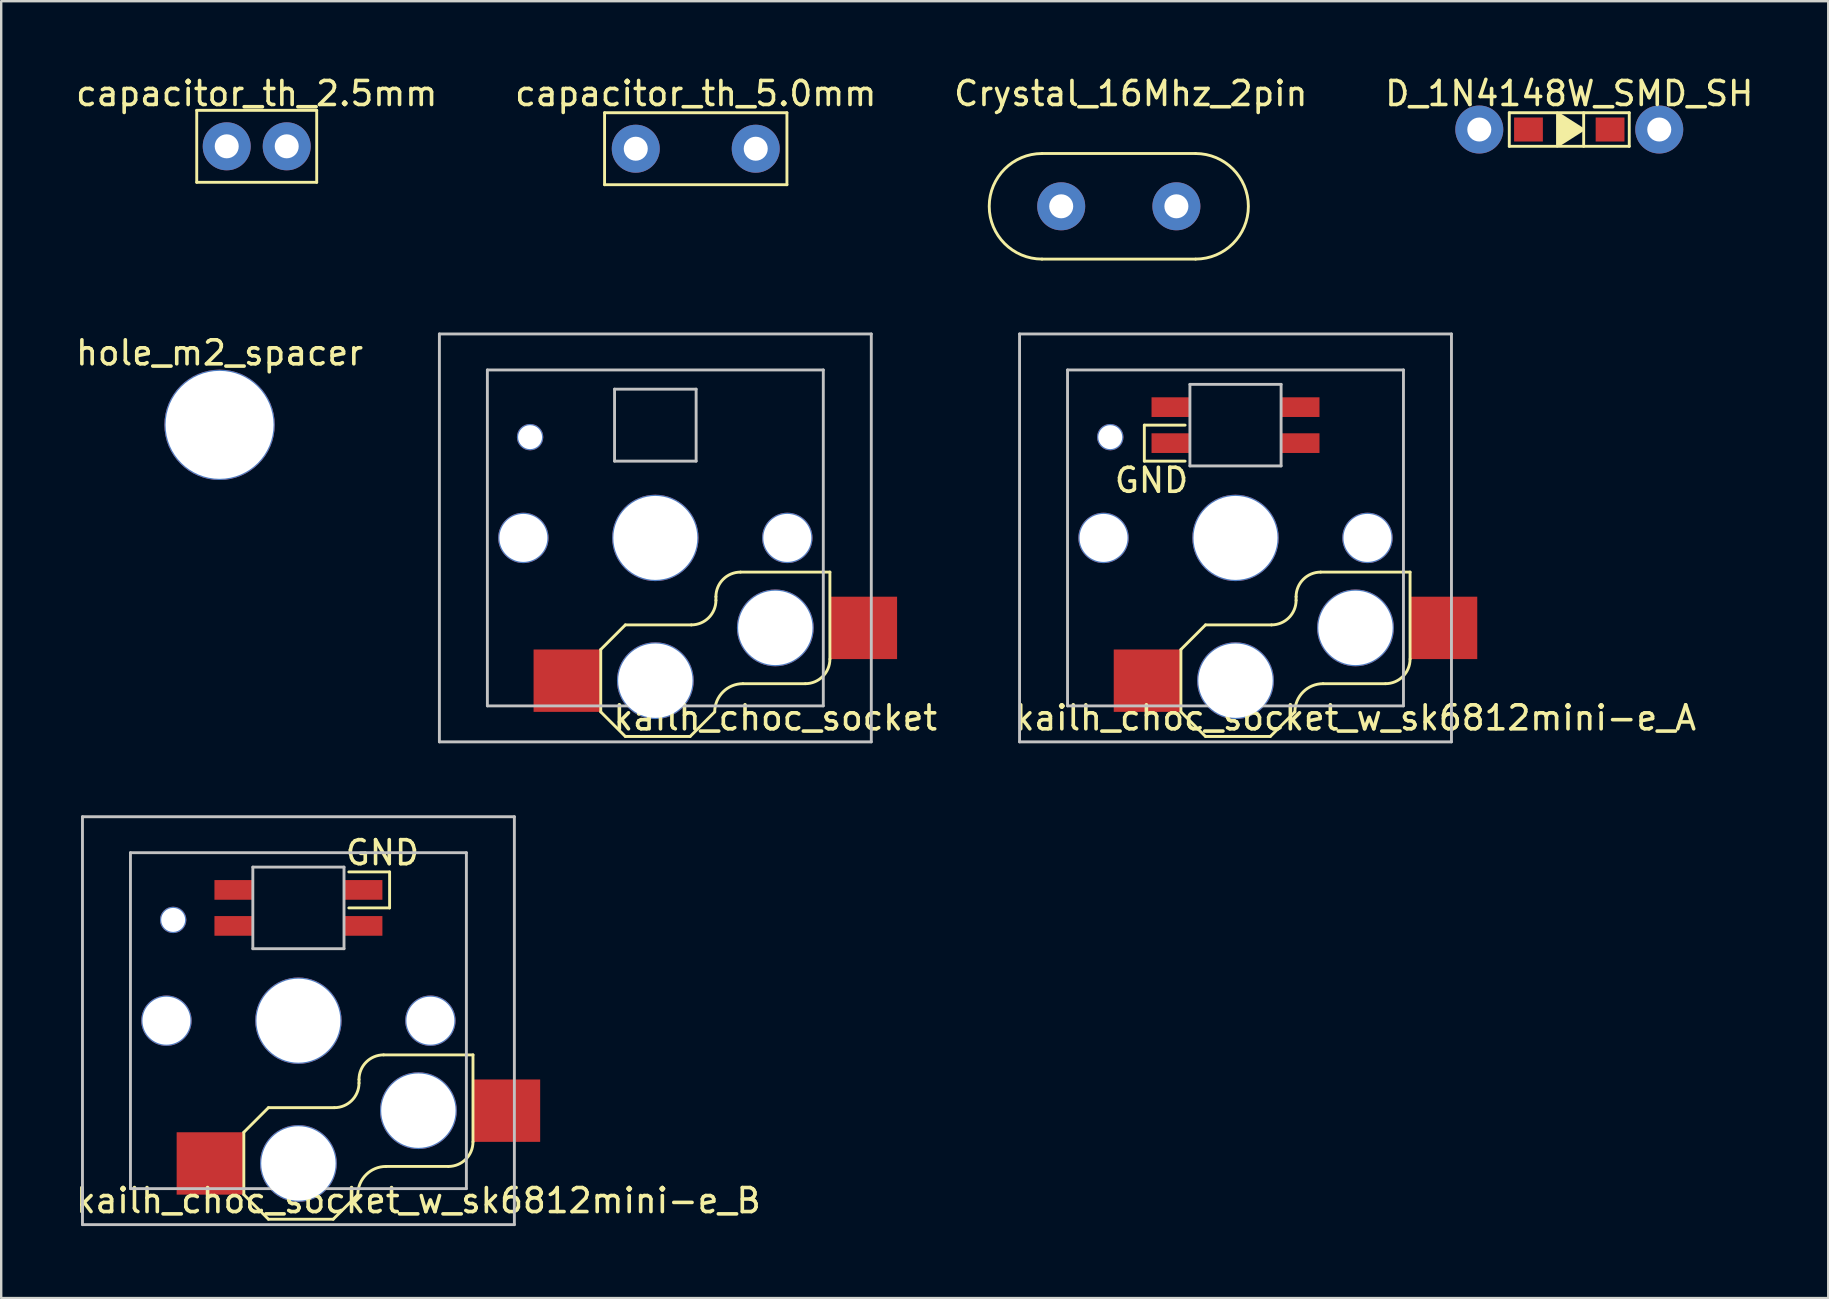
<source format=kicad_pcb>
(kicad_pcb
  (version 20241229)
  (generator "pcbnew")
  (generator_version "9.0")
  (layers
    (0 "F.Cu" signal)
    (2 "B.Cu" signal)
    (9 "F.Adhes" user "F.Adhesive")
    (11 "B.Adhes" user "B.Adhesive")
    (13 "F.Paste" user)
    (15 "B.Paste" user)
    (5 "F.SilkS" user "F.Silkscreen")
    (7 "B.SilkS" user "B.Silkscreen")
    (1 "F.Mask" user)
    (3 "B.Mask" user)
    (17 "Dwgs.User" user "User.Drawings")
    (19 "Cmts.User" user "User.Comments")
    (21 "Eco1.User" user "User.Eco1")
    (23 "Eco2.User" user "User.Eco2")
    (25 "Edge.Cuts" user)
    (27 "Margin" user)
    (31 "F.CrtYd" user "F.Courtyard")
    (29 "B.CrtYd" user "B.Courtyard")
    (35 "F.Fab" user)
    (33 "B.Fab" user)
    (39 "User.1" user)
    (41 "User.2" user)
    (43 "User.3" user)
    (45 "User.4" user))
  (footprint "kailh_choc_socket_w_sk6812mini-e_A"
    (layer "F.Cu")
    (at 48.441 19.368)
    (property "Reference" "kailh_choc_socket_w_sk6812mini-e_A" (at 5 7.5 0) (layer "F.SilkS") (effects (font (size 1 1) (thickness 0.15))))
    (attr through_hole)
    (fp_line (start -3.8 -4.7) (end -3.8 -3.2) (stroke (width 0.12) (type solid)) (layer "F.SilkS"))
    (fp_line (start -3.8 -3.2) (end -2.1 -3.2) (stroke (width 0.12) (type solid)) (layer "F.SilkS"))
    (fp_line (start -2.275 4.65) (end -2.275 7.25) (stroke (width 0.12) (type solid)) (layer "F.SilkS"))
    (fp_line (start -2.1 -4.7) (end -3.8 -4.7) (stroke (width 0.12) (type solid)) (layer "F.SilkS"))
    (fp_line (start -1.25 3.625) (end -2.275 4.65) (stroke (width 0.12) (type solid)) (layer "F.SilkS"))
    (fp_line (start -1.25 3.625) (end 1.5 3.625) (stroke (width 0.12) (type solid)) (layer "F.SilkS"))
    (fp_line (start -1.25 8.275) (end -2.275 7.25) (stroke (width 0.12) (type solid)) (layer "F.SilkS"))
    (fp_line (start -1.25 8.275) (end 1.45 8.275) (stroke (width 0.12) (type solid)) (layer "F.SilkS"))
    (fp_line (start 1.45 8.275) (end 2.475 7.25) (stroke (width 0.12) (type solid)) (layer "F.SilkS"))
    (fp_line (start 2.525 2.45) (end 2.525 2.6) (stroke (width 0.12) (type solid)) (layer "F.SilkS"))
    (fp_line (start 6.25 6.075) (end 3.65 6.075) (stroke (width 0.12) (type solid)) (layer "F.SilkS"))
    (fp_line (start 7.275 1.425) (end 3.55 1.425) (stroke (width 0.12) (type solid)) (layer "F.SilkS"))
    (fp_line (start 7.275 1.425) (end 7.275 5.05) (stroke (width 0.12) (type solid)) (layer "F.SilkS"))
    (fp_arc (start 2.475 7.25) (mid 2.81915 6.41915) (end 3.65 6.075) (stroke (width 0.12) (type solid)) (layer "F.SilkS"))
    (fp_arc (start 2.525 2.45) (mid 2.825216 1.725216) (end 3.55 1.425) (stroke (width 0.12) (type solid)) (layer "F.SilkS"))
    (fp_arc (start 2.525 2.6) (mid 2.224784 3.324784) (end 1.5 3.625) (stroke (width 0.12) (type solid)) (layer "F.SilkS"))
    (fp_arc (start 7.275 5.05) (mid 6.974784 5.774784) (end 6.25 6.075) (stroke (width 0.12) (type solid)) (layer "F.SilkS"))
    (fp_line (start -9 -8.5) (end -9 8.5) (stroke (width 0.12) (type solid)) (layer "Dwgs.User"))
    (fp_line (start -9 8.5) (end 9 8.5) (stroke (width 0.12) (type solid)) (layer "Dwgs.User"))
    (fp_line (start -7 -7) (end 7 -7) (stroke (width 0.12) (type solid)) (layer "Dwgs.User"))
    (fp_line (start -7 7) (end -7 -7) (stroke (width 0.12) (type solid)) (layer "Dwgs.User"))
    (fp_line (start -1.9 -6.4) (end -1.9 -3) (stroke (width 0.12) (type solid)) (layer "Dwgs.User"))
    (fp_line (start -1.9 -3) (end 1.9 -3) (stroke (width 0.12) (type solid)) (layer "Dwgs.User"))
    (fp_line (start 1.9 -6.4) (end -1.9 -6.4) (stroke (width 0.12) (type solid)) (layer "Dwgs.User"))
    (fp_line (start 1.9 -6.4) (end 1.9 -3) (stroke (width 0.12) (type solid)) (layer "Dwgs.User"))
    (fp_line (start 7 -7) (end 7 7) (stroke (width 0.12) (type solid)) (layer "Dwgs.User"))
    (fp_line (start 7 7) (end -7 7) (stroke (width 0.12) (type solid)) (layer "Dwgs.User"))
    (fp_line (start 9 -8.5) (end -9 -8.5) (stroke (width 0.12) (type solid)) (layer "Dwgs.User"))
    (fp_line (start 9 8.5) (end 9 -8.5) (stroke (width 0.12) (type solid)) (layer "Dwgs.User"))
    (fp_text user "GND" (at -3.5 -2.4 0) (layer "F.SilkS") (effects (font (size 1 1) (thickness 0.15))))
    (pad "" np_thru_hole circle (at -5.5 0) (size 2.1 2.1) (drill 2) (layers "*.Cu" "*.Mask"))
    (pad "" np_thru_hole circle (at -5.22 -4.2) (size 1.1 1.1) (drill 1) (layers "*.Cu" "*.Mask"))
    (pad "" np_thru_hole circle (at 0 0) (size 3.6 3.6) (drill 3.5) (layers "*.Cu" "*.Mask"))
    (pad "" np_thru_hole circle (at 0 5.95) (size 3.2 3.2) (drill 3.1) (layers "*.Cu" "*.Mask"))
    (pad "" np_thru_hole circle (at 5 3.75) (size 3.2 3.2) (drill 3.1) (layers "*.Cu" "*.Mask"))
    (pad "" np_thru_hole circle (at 5.5 0) (size 2.1 2.1) (drill 2) (layers "*.Cu" "*.Mask"))
    (pad "1" smd rect (at 2.7 -5.45 180) (size 1.6 0.82) (layers "F.Cu" "F.Mask" "F.Paste"))
    (pad "2" smd rect (at 2.7 -3.95 180) (size 1.6 0.82) (layers "F.Cu" "F.Mask" "F.Paste"))
    (pad "3" smd rect (at -2.7 -3.95 180) (size 1.6 0.82) (layers "F.Cu" "F.Mask" "F.Paste"))
    (pad "4" smd rect (at -2.7 -5.45 180) (size 1.6 0.82) (layers "F.Cu" "F.Mask" "F.Paste"))
    (pad "5" smd rect (at -3.675 5.95) (size 2.8 2.6) (layers "F.Cu" "F.Mask" "F.Paste"))
    (pad "6" smd rect (at 8.675 3.75) (size 2.8 2.6) (layers "F.Cu" "F.Mask" "F.Paste")))
  (footprint "kailh_choc_socket_w_sk6812mini-e_B"
    (layer "F.Cu")
    (at 9.387 39.488)
    (property "Reference" "kailh_choc_socket_w_sk6812mini-e_B" (at 5 7.5 0) (layer "F.SilkS") (effects (font (size 1 1) (thickness 0.15))))
    (attr through_hole)
    (fp_line (start -2.275 4.65) (end -2.275 7.25) (stroke (width 0.12) (type solid)) (layer "F.SilkS"))
    (fp_line (start -1.25 3.625) (end -2.275 4.65) (stroke (width 0.12) (type solid)) (layer "F.SilkS"))
    (fp_line (start -1.25 3.625) (end 1.5 3.625) (stroke (width 0.12) (type solid)) (layer "F.SilkS"))
    (fp_line (start -1.25 8.275) (end -2.275 7.25) (stroke (width 0.12) (type solid)) (layer "F.SilkS"))
    (fp_line (start -1.25 8.275) (end 1.45 8.275) (stroke (width 0.12) (type solid)) (layer "F.SilkS"))
    (fp_line (start 1.45 8.275) (end 2.475 7.25) (stroke (width 0.12) (type solid)) (layer "F.SilkS"))
    (fp_line (start 2.1 -4.7) (end 3.8 -4.7) (stroke (width 0.12) (type solid)) (layer "F.SilkS"))
    (fp_line (start 2.525 2.45) (end 2.525 2.6) (stroke (width 0.12) (type solid)) (layer "F.SilkS"))
    (fp_line (start 3.8 -6.2) (end 2.1 -6.2) (stroke (width 0.12) (type solid)) (layer "F.SilkS"))
    (fp_line (start 3.8 -4.7) (end 3.8 -6.2) (stroke (width 0.12) (type solid)) (layer "F.SilkS"))
    (fp_line (start 6.25 6.075) (end 3.65 6.075) (stroke (width 0.12) (type solid)) (layer "F.SilkS"))
    (fp_line (start 7.275 1.425) (end 3.55 1.425) (stroke (width 0.12) (type solid)) (layer "F.SilkS"))
    (fp_line (start 7.275 1.425) (end 7.275 5.05) (stroke (width 0.12) (type solid)) (layer "F.SilkS"))
    (fp_arc (start 2.475 7.25) (mid 2.81915 6.41915) (end 3.65 6.075) (stroke (width 0.12) (type solid)) (layer "F.SilkS"))
    (fp_arc (start 2.525 2.45) (mid 2.825216 1.725216) (end 3.55 1.425) (stroke (width 0.12) (type solid)) (layer "F.SilkS"))
    (fp_arc (start 2.525 2.6) (mid 2.224784 3.324784) (end 1.5 3.625) (stroke (width 0.12) (type solid)) (layer "F.SilkS"))
    (fp_arc (start 7.275 5.05) (mid 6.974784 5.774784) (end 6.25 6.075) (stroke (width 0.12) (type solid)) (layer "F.SilkS"))
    (fp_line (start -9 -8.5) (end -9 8.5) (stroke (width 0.12) (type solid)) (layer "Dwgs.User"))
    (fp_line (start -9 8.5) (end 9 8.5) (stroke (width 0.12) (type solid)) (layer "Dwgs.User"))
    (fp_line (start -7 -7) (end 7 -7) (stroke (width 0.12) (type solid)) (layer "Dwgs.User"))
    (fp_line (start -7 7) (end -7 -7) (stroke (width 0.12) (type solid)) (layer "Dwgs.User"))
    (fp_line (start -1.9 -6.4) (end -1.9 -3) (stroke (width 0.12) (type solid)) (layer "Dwgs.User"))
    (fp_line (start -1.9 -3) (end 1.9 -3) (stroke (width 0.12) (type solid)) (layer "Dwgs.User"))
    (fp_line (start 1.9 -6.4) (end -1.9 -6.4) (stroke (width 0.12) (type solid)) (layer "Dwgs.User"))
    (fp_line (start 1.9 -6.4) (end 1.9 -3) (stroke (width 0.12) (type solid)) (layer "Dwgs.User"))
    (fp_line (start 7 -7) (end 7 7) (stroke (width 0.12) (type solid)) (layer "Dwgs.User"))
    (fp_line (start 7 7) (end -7 7) (stroke (width 0.12) (type solid)) (layer "Dwgs.User"))
    (fp_line (start 9 -8.5) (end -9 -8.5) (stroke (width 0.12) (type solid)) (layer "Dwgs.User"))
    (fp_line (start 9 8.5) (end 9 -8.5) (stroke (width 0.12) (type solid)) (layer "Dwgs.User"))
    (fp_text user "GND" (at 3.5 -7 0) (layer "F.SilkS") (effects (font (size 1 1) (thickness 0.15))))
    (pad "" np_thru_hole circle (at -5.5 0) (size 2.1 2.1) (drill 2) (layers "*.Cu" "*.Mask"))
    (pad "" np_thru_hole circle (at -5.22 -4.2) (size 1.1 1.1) (drill 1) (layers "*.Cu" "*.Mask"))
    (pad "" np_thru_hole circle (at 0 0) (size 3.6 3.6) (drill 3.5) (layers "*.Cu" "*.Mask"))
    (pad "" np_thru_hole circle (at 0 5.95) (size 3.2 3.2) (drill 3.1) (layers "*.Cu" "*.Mask"))
    (pad "" np_thru_hole circle (at 5 3.75) (size 3.2 3.2) (drill 3.1) (layers "*.Cu" "*.Mask"))
    (pad "" np_thru_hole circle (at 5.5 0) (size 2.1 2.1) (drill 2) (layers "*.Cu" "*.Mask"))
    (pad "1" smd rect (at -2.7 -3.95 180) (size 1.6 0.82) (layers "F.Cu" "F.Mask" "F.Paste"))
    (pad "2" smd rect (at -2.7 -5.45 180) (size 1.6 0.82) (layers "F.Cu" "F.Mask" "F.Paste"))
    (pad "3" smd rect (at 2.7 -5.45 180) (size 1.6 0.82) (layers "F.Cu" "F.Mask" "F.Paste"))
    (pad "4" smd rect (at 2.7 -3.95 180) (size 1.6 0.82) (layers "F.Cu" "F.Mask" "F.Paste"))
    (pad "5" smd rect (at -3.675 5.95) (size 2.8 2.6) (layers "F.Cu" "F.Mask" "F.Paste"))
    (pad "6" smd rect (at 8.675 3.75) (size 2.8 2.6) (layers "F.Cu" "F.Mask" "F.Paste")))
  (footprint "capacitor_th_2.5mm"
    (layer "F.Cu")
    (at 7.649 3.048)
    (property "Reference" "capacitor_th_2.5mm" (at 0 -2.2 0) (layer "F.SilkS") (effects (font (size 1 1) (thickness 0.15))))
    (attr through_hole)
    (fp_line (start -2.5 -1.5) (end -2.5 1.5) (stroke (width 0.12) (type solid)) (layer "F.SilkS"))
    (fp_line (start -2.5 1.5) (end 2.5 1.5) (stroke (width 0.12) (type solid)) (layer "F.SilkS"))
    (fp_line (start 2.5 -1.5) (end -2.5 -1.5) (stroke (width 0.12) (type solid)) (layer "F.SilkS"))
    (fp_line (start 2.5 1.5) (end 2.5 -1.5) (stroke (width 0.12) (type solid)) (layer "F.SilkS"))
    (pad "1" thru_hole circle (at 1.25 0) (size 2 2) (drill 1) (layers "*.Cu" "*.Mask"))
    (pad "2" thru_hole circle (at -1.25 0) (size 2 2) (drill 1) (layers "*.Cu" "*.Mask")))
  (footprint "D_1N4148W_SMD_SH"
    (layer "F.Cu")
    (at 62.351 2.348)
    (property "Reference" "D_1N4148W_SMD_SH" (at 0 -1.5 0) (layer "F.SilkS") (effects (font (size 1 1) (thickness 0.15))))
    (attr through_hole)
    (fp_line (start -2.5 -0.7) (end 2.5 -0.7) (stroke (width 0.12) (type solid)) (layer "F.SilkS"))
    (fp_line (start -2.5 0.7) (end -2.5 -0.7) (stroke (width 0.12) (type solid)) (layer "F.SilkS"))
    (fp_line (start 0.6 -0.7) (end 0.6 0.7) (stroke (width 0.12) (type solid)) (layer "F.SilkS"))
    (fp_line (start 2.5 -0.7) (end 2.5 0.7) (stroke (width 0.12) (type solid)) (layer "F.SilkS"))
    (fp_line (start 2.5 0.7) (end -2.5 0.7) (stroke (width 0.12) (type solid)) (layer "F.SilkS"))
    (fp_poly (pts (xy 0.6 0) (xy -0.5 0.7) (xy -0.5 -0.7)) (stroke (width 0.1) (type solid)) (fill yes) (layer "F.SilkS"))
    (pad "1" smd rect (at 1.7 0) (size 1.2 1) (layers "F.Cu" "F.Mask" "F.Paste"))
    (pad "1" thru_hole circle (at 3.75 0) (size 2 2) (drill 1) (layers "*.Cu" "*.Mask"))
    (pad "2" thru_hole circle (at -3.75 0) (size 2 2) (drill 1) (layers "*.Cu" "*.Mask"))
    (pad "2" smd rect (at -1.7 0) (size 1.2 1) (layers "F.Cu" "F.Mask" "F.Paste")))
  (footprint "kailh_choc_socket"
    (layer "F.Cu")
    (at 24.262 19.368)
    (property "Reference" "kailh_choc_socket" (at 5 7.5 0) (layer "F.SilkS") (effects (font (size 1 1) (thickness 0.15))))
    (attr through_hole)
    (fp_line (start -2.275 4.65) (end -2.275 7.25) (stroke (width 0.12) (type solid)) (layer "F.SilkS"))
    (fp_line (start -1.25 3.625) (end -2.275 4.65) (stroke (width 0.12) (type solid)) (layer "F.SilkS"))
    (fp_line (start -1.25 3.625) (end 1.5 3.625) (stroke (width 0.12) (type solid)) (layer "F.SilkS"))
    (fp_line (start -1.25 8.275) (end -2.275 7.25) (stroke (width 0.12) (type solid)) (layer "F.SilkS"))
    (fp_line (start -1.25 8.275) (end 1.45 8.275) (stroke (width 0.12) (type solid)) (layer "F.SilkS"))
    (fp_line (start 1.45 8.275) (end 2.475 7.25) (stroke (width 0.12) (type solid)) (layer "F.SilkS"))
    (fp_line (start 2.525 2.45) (end 2.525 2.6) (stroke (width 0.12) (type solid)) (layer "F.SilkS"))
    (fp_line (start 6.25 6.075) (end 3.65 6.075) (stroke (width 0.12) (type solid)) (layer "F.SilkS"))
    (fp_line (start 7.275 1.425) (end 3.55 1.425) (stroke (width 0.12) (type solid)) (layer "F.SilkS"))
    (fp_line (start 7.275 1.425) (end 7.275 5.05) (stroke (width 0.12) (type solid)) (layer "F.SilkS"))
    (fp_arc (start 2.475 7.25) (mid 2.81915 6.41915) (end 3.65 6.075) (stroke (width 0.12) (type solid)) (layer "F.SilkS"))
    (fp_arc (start 2.525 2.45) (mid 2.825216 1.725216) (end 3.55 1.425) (stroke (width 0.12) (type solid)) (layer "F.SilkS"))
    (fp_arc (start 2.525 2.6) (mid 2.224784 3.324784) (end 1.5 3.625) (stroke (width 0.12) (type solid)) (layer "F.SilkS"))
    (fp_arc (start 7.275 5.05) (mid 6.974784 5.774784) (end 6.25 6.075) (stroke (width 0.12) (type solid)) (layer "F.SilkS"))
    (fp_line (start -9 -8.5) (end -9 8.5) (stroke (width 0.12) (type solid)) (layer "Dwgs.User"))
    (fp_line (start -9 8.5) (end 9 8.5) (stroke (width 0.12) (type solid)) (layer "Dwgs.User"))
    (fp_line (start -7 -7) (end 7 -7) (stroke (width 0.12) (type solid)) (layer "Dwgs.User"))
    (fp_line (start -7 7) (end -7 -7) (stroke (width 0.12) (type solid)) (layer "Dwgs.User"))
    (fp_line (start -1.7 -6.2) (end -1.7 -3.2) (stroke (width 0.12) (type solid)) (layer "Dwgs.User"))
    (fp_line (start -1.7 -3.2) (end 1.7 -3.2) (stroke (width 0.12) (type solid)) (layer "Dwgs.User"))
    (fp_line (start 1.7 -6.2) (end -1.7 -6.2) (stroke (width 0.12) (type solid)) (layer "Dwgs.User"))
    (fp_line (start 1.7 -6.2) (end 1.7 -3.2) (stroke (width 0.12) (type solid)) (layer "Dwgs.User"))
    (fp_line (start 7 -7) (end 7 7) (stroke (width 0.12) (type solid)) (layer "Dwgs.User"))
    (fp_line (start 7 7) (end -7 7) (stroke (width 0.12) (type solid)) (layer "Dwgs.User"))
    (fp_line (start 9 -8.5) (end -9 -8.5) (stroke (width 0.12) (type solid)) (layer "Dwgs.User"))
    (fp_line (start 9 8.5) (end 9 -8.5) (stroke (width 0.12) (type solid)) (layer "Dwgs.User"))
    (pad "" np_thru_hole circle (at -5.5 0) (size 2.1 2.1) (drill 2) (layers "*.Cu" "*.Mask"))
    (pad "" np_thru_hole circle (at -5.22 -4.2) (size 1.1 1.1) (drill 1) (layers "*.Cu" "*.Mask"))
    (pad "" np_thru_hole circle (at 0 0) (size 3.6 3.6) (drill 3.5) (layers "*.Cu" "*.Mask"))
    (pad "" np_thru_hole circle (at 0 5.95) (size 3.2 3.2) (drill 3.1) (layers "*.Cu" "*.Mask"))
    (pad "" np_thru_hole circle (at 5 3.75) (size 3.2 3.2) (drill 3.1) (layers "*.Cu" "*.Mask"))
    (pad "" np_thru_hole circle (at 5.5 0) (size 2.1 2.1) (drill 2) (layers "*.Cu" "*.Mask"))
    (pad "1" smd rect (at -3.675 5.95) (size 2.8 2.6) (layers "F.Cu" "F.Mask" "F.Paste"))
    (pad "2" smd rect (at 8.675 3.75) (size 2.8 2.6) (layers "F.Cu" "F.Mask" "F.Paste")))
  (footprint "hole_m2_spacer"
    (layer "F.Cu")
    (at 6.101 14.656)
    (property "Reference" "hole_m2_spacer" (at 0 -3 0) (layer "F.SilkS") (effects (font (size 1 1) (thickness 0.15))))
    (attr through_hole)
    (pad "" np_thru_hole circle (at 0 0) (size 4.6 4.6) (drill 4.5) (layers "*.Cu" "*.Mask")))
  (footprint "capacitor_th_5.0mm"
    (layer "F.Cu")
    (at 25.946 3.148)
    (property "Reference" "capacitor_th_5.0mm" (at 0 -2.3 0) (layer "F.SilkS") (effects (font (size 1 1) (thickness 0.15))))
    (attr through_hole)
    (fp_line (start -3.8 -1.5) (end 3.8 -1.5) (stroke (width 0.12) (type solid)) (layer "F.SilkS"))
    (fp_line (start -3.8 1.5) (end -3.8 -1.5) (stroke (width 0.12) (type solid)) (layer "F.SilkS"))
    (fp_line (start 3.8 -1.5) (end 3.8 1.5) (stroke (width 0.12) (type solid)) (layer "F.SilkS"))
    (fp_line (start 3.8 1.5) (end -3.8 1.5) (stroke (width 0.12) (type solid)) (layer "F.SilkS"))
    (pad "1" thru_hole circle (at 2.5 0) (size 2 2) (drill 1) (layers "*.Cu" "*.Mask"))
    (pad "2" thru_hole circle (at -2.5 0) (size 2 2) (drill 1) (layers "*.Cu" "*.Mask")))
  (footprint "Crystal_16Mhz_2pin"
    (layer "F.Cu")
    (at 43.577 5.548)
    (property "Reference" "Crystal_16Mhz_2pin" (at 0.5 -4.7 0) (layer "F.SilkS") (effects (font (size 1 1) (thickness 0.15))))
    (attr through_hole)
    (fp_line (start -3.2 -2.2) (end 3.2 -2.2) (stroke (width 0.12) (type solid)) (layer "F.SilkS"))
    (fp_line (start 3.2 2.2) (end -3.2 2.2) (stroke (width 0.12) (type solid)) (layer "F.SilkS"))
    (fp_arc (start -3.2 2.2) (mid -5.4 0) (end -3.2 -2.2) (stroke (width 0.12) (type solid)) (layer "F.SilkS"))
    (fp_arc (start 3.2 -2.2) (mid 5.4 0) (end 3.2 2.2) (stroke (width 0.12) (type solid)) (layer "F.SilkS"))
    (pad "1" thru_hole circle (at 2.4 0) (size 2 2) (drill 1) (layers "*.Cu" "*.Mask"))
    (pad "2" thru_hole circle (at -2.4 0) (size 2 2) (drill 1) (layers "*.Cu" "*.Mask")))
  (gr_rect
    (start -3 -3)
    (end 73.143 51.048)
    (stroke (width 0.1) (type default))
    (fill no)
    (layer "Edge.Cuts")))
</source>
